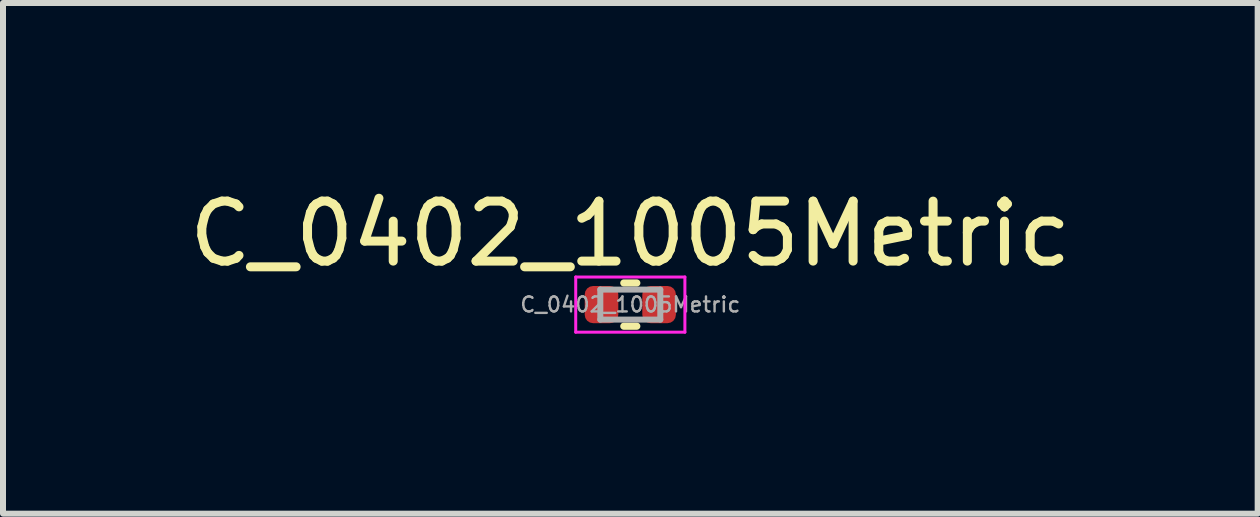
<source format=kicad_pcb>
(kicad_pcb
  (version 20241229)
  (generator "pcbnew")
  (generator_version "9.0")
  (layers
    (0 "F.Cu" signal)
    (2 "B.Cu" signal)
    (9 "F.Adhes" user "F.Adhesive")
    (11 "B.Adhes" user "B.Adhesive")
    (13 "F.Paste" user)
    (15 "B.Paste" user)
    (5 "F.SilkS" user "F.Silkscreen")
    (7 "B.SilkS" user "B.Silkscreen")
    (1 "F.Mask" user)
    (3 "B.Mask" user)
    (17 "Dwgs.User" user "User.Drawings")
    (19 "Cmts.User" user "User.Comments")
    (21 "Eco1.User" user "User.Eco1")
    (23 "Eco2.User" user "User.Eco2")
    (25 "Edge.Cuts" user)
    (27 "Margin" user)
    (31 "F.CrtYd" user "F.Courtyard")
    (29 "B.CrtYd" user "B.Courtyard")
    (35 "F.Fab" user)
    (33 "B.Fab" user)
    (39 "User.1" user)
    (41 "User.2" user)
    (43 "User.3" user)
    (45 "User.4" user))
  (footprint "C_0402_1005Metric"
    (layer "F.Cu")
    (at 7.458 2.028)
    (property "Reference" "C_0402_1005Metric" (at 0 -1.18 180) (layer "F.SilkS") (effects (font (size 1 1) (thickness 0.15))))
    (attr smd)
    (fp_line (start -0.108 -0.36) (end 0.108 -0.36) (stroke (width 0.12) (type solid)) (layer "F.SilkS"))
    (fp_line (start -0.108 0.36) (end 0.108 0.36) (stroke (width 0.12) (type solid)) (layer "F.SilkS"))
    (fp_line (start -0.91 -0.46) (end 0.91 -0.46) (stroke (width 0.05) (type solid)) (layer "F.CrtYd"))
    (fp_line (start -0.91 0.46) (end -0.91 -0.46) (stroke (width 0.05) (type solid)) (layer "F.CrtYd"))
    (fp_line (start 0.91 -0.46) (end 0.91 0.46) (stroke (width 0.05) (type solid)) (layer "F.CrtYd"))
    (fp_line (start 0.91 0.46) (end -0.91 0.46) (stroke (width 0.05) (type solid)) (layer "F.CrtYd"))
    (fp_line (start -0.5 -0.25) (end 0.5 -0.25) (stroke (width 0.1) (type solid)) (layer "F.Fab"))
    (fp_line (start -0.5 0.25) (end -0.5 -0.25) (stroke (width 0.1) (type solid)) (layer "F.Fab"))
    (fp_line (start 0.5 -0.25) (end 0.5 0.25) (stroke (width 0.1) (type solid)) (layer "F.Fab"))
    (fp_line (start 0.5 0.25) (end -0.5 0.25) (stroke (width 0.1) (type solid)) (layer "F.Fab"))
    (fp_text user "${REFERENCE}" (at 0 0 180) (layer "F.Fab") (effects (font (size 0.25 0.25) (thickness 0.04))))
    (pad "1" smd roundrect (at -0.48 0) (size 0.56 0.62) (layers "F.Cu" "F.Mask" "F.Paste") (roundrect_rratio 0.25))
    (pad "2" smd roundrect (at 0.48 0) (size 0.56 0.62) (layers "F.Cu" "F.Mask" "F.Paste") (roundrect_rratio 0.25)))
  (gr_rect
    (start -3 -3)
    (end 17.917 5.513)
    (stroke (width 0.1) (type default))
    (fill no)
    (layer "Edge.Cuts")))
</source>
